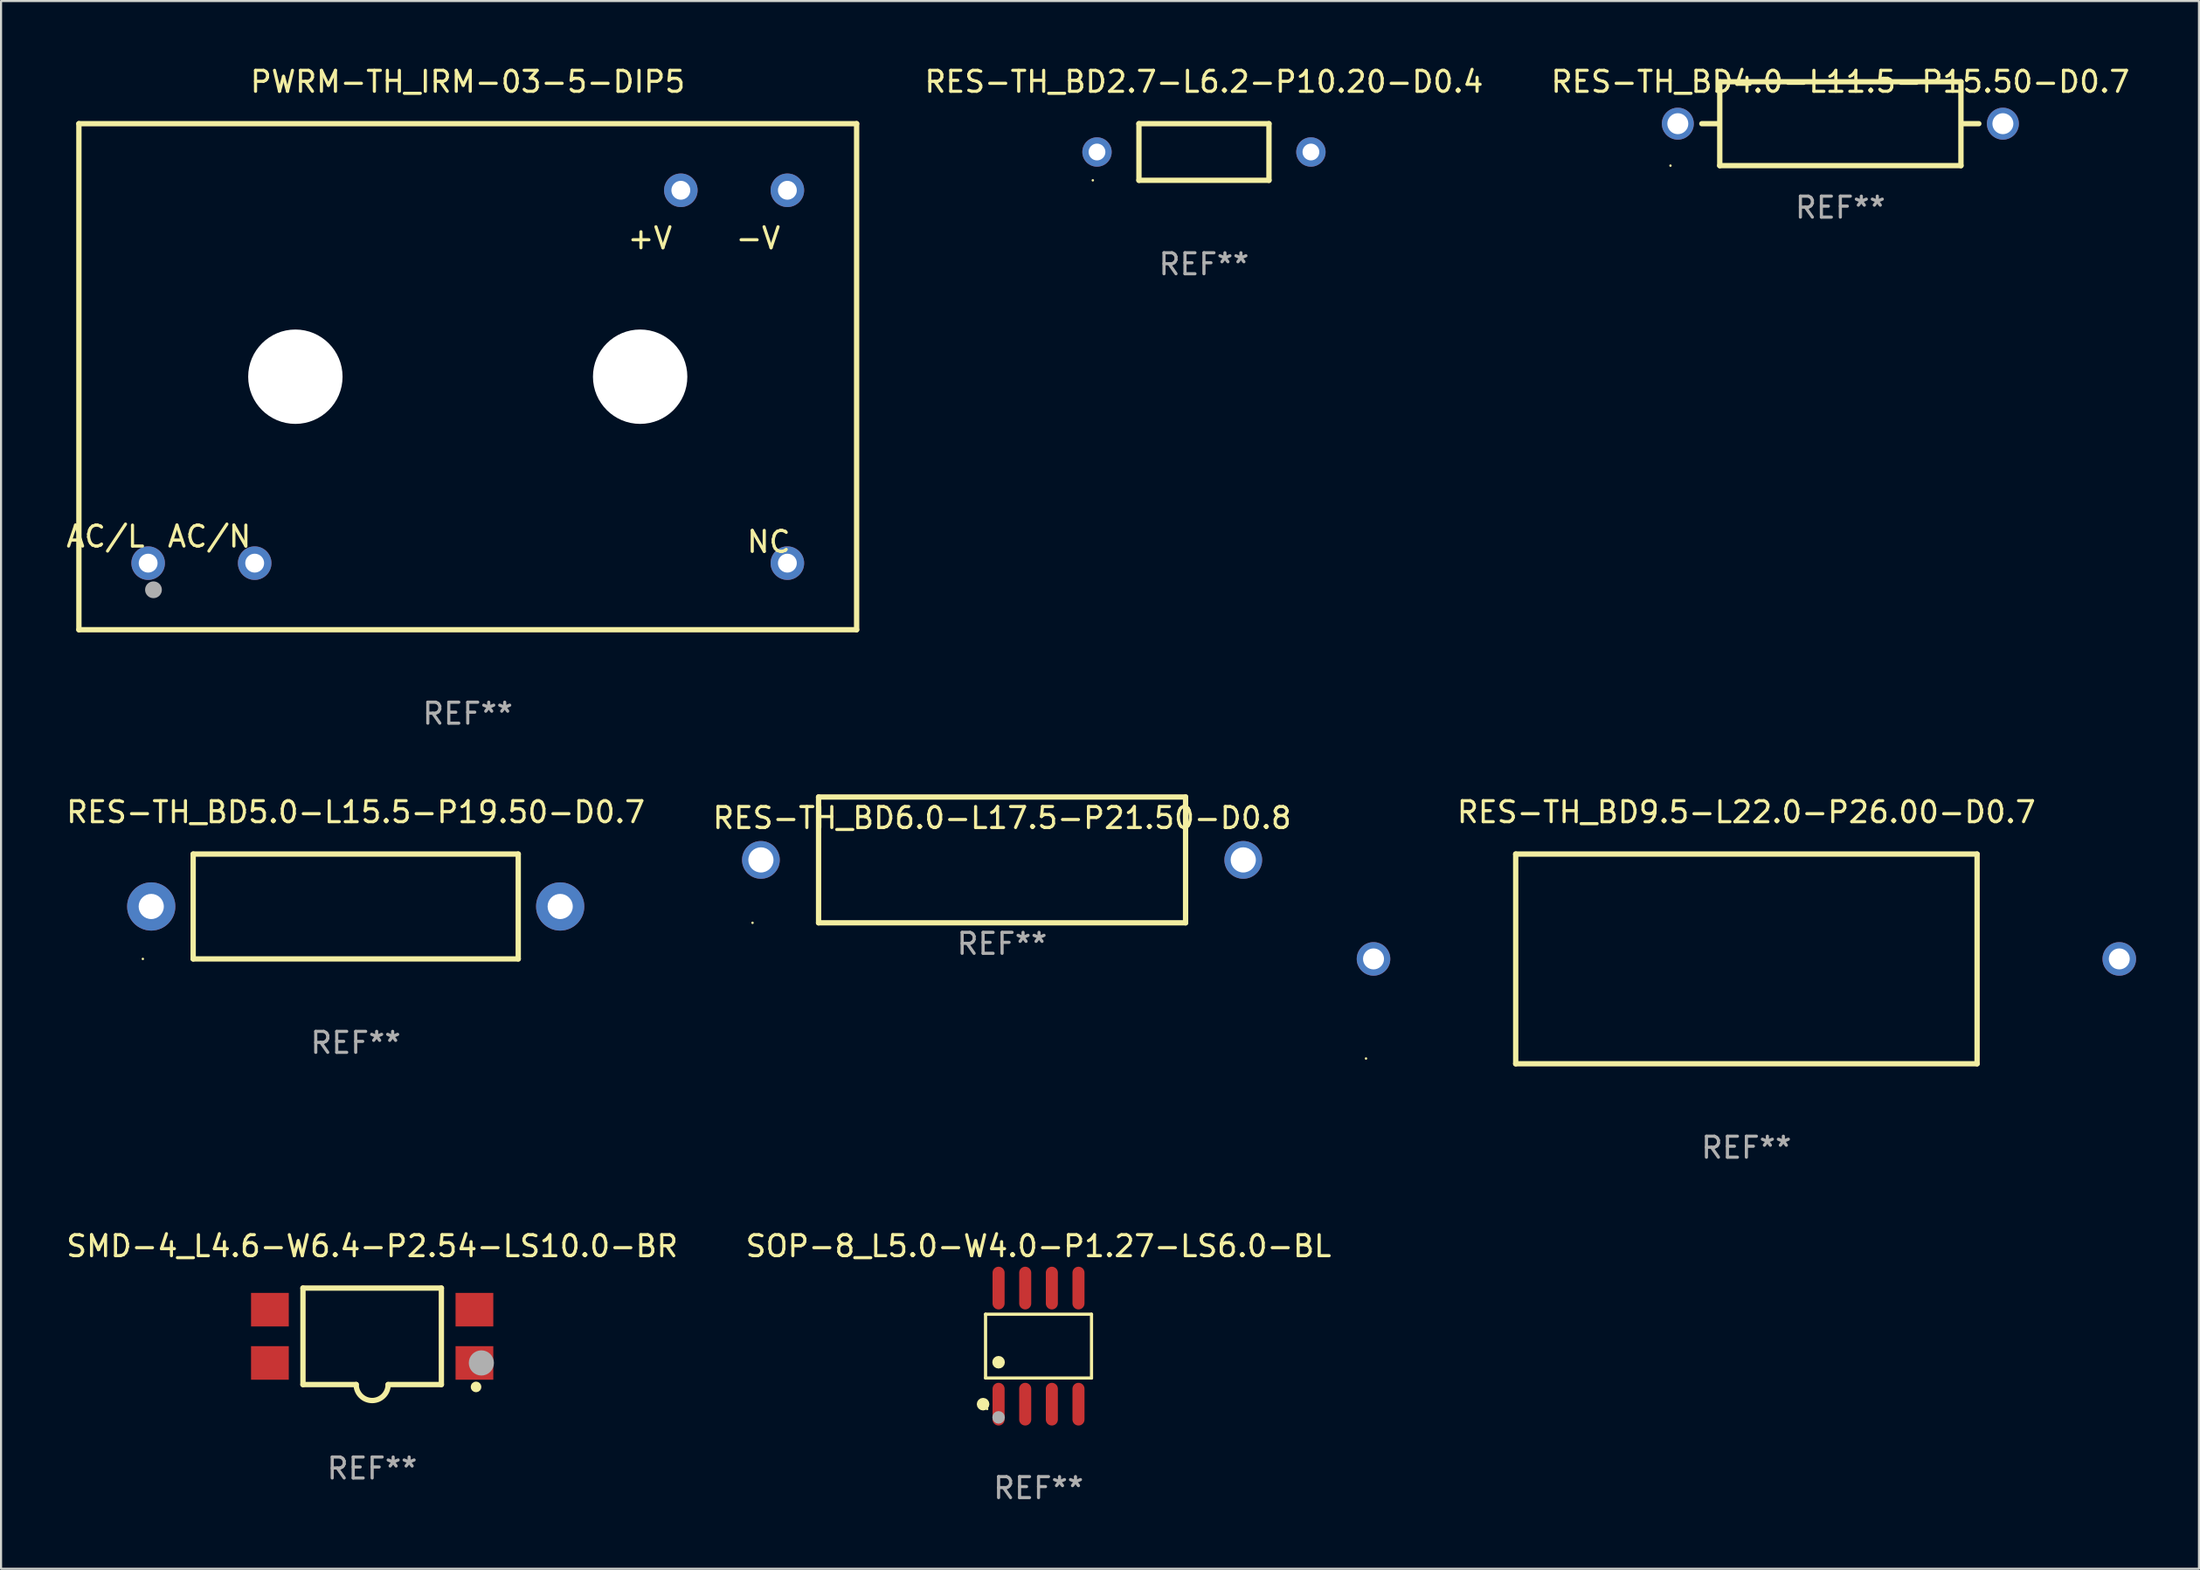
<source format=kicad_pcb>
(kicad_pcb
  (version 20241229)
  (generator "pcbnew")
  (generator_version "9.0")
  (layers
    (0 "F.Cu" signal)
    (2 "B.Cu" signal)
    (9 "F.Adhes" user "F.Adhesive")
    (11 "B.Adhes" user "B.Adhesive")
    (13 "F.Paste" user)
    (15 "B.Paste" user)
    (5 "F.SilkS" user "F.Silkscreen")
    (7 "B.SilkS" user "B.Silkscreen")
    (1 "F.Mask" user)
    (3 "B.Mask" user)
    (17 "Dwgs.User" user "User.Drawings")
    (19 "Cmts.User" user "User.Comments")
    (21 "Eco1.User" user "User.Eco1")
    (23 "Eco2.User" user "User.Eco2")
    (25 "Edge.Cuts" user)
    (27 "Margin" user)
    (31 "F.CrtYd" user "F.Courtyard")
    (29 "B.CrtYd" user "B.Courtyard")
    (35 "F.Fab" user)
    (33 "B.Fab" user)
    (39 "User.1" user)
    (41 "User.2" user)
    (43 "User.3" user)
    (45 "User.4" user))
  (footprint "RES-TH_BD5.0-L15.5-P19.50-D0.7"
    (layer "F.Cu")
    (at 13.911 40.175)
    (property "Reference" "RES-TH_BD5.0-L15.5-P19.50-D0.7" (at 0 -4.5 0) (layer "F.SilkS") (effects (font (size 1 1) (thickness 0.15))))
    (attr through_hole)
    (fp_line (start -7.75 2.5) (end 7.75 2.5) (stroke (width 0.254) (type solid)) (layer "F.SilkS"))
    (fp_line (start -7.75 -2.5) (end -7.75 2.5) (stroke (width 0.254) (type solid)) (layer "F.SilkS"))
    (fp_line (start -7.75 -2.5) (end 7.75 -2.5) (stroke (width 0.254) (type solid)) (layer "F.SilkS"))
    (fp_line (start 7.75 -2.5) (end 7.75 2.5) (stroke (width 0.254) (type solid)) (layer "F.SilkS"))
    (fp_circle (center -10.15 2.5) (end -10.12 2.5) (stroke (width 0.06) (type solid)) (fill no) (layer "F.SilkS"))
    (fp_text user "REF**" (at 0 6.5 0) (layer "F.Fab") (effects (font (size 1 1) (thickness 0.15))))
    (pad "1" thru_hole circle (at -9.75 0) (size 2.3 2.3) (drill 1.2) (layers "*.Cu" "*.Mask"))
    (pad "2" thru_hole circle (at 9.75 0) (size 2.3 2.3) (drill 1.2) (layers "*.Cu" "*.Mask")))
  (footprint "SOP-8_L5.0-W4.0-P1.27-LS6.0-BL"
    (layer "F.Cu")
    (at 46.47 61.139)
    (property "Reference" "SOP-8_L5.0-W4.0-P1.27-LS6.0-BL" (at 0 -4.768 0) (layer "F.SilkS") (effects (font (size 1 1) (thickness 0.15))))
    (attr smd)
    (fp_line (start -2.526 -1.521) (end 2.526 -1.521) (stroke (width 0.152) (type solid)) (layer "F.SilkS"))
    (fp_line (start -2.526 1.521) (end -2.526 -1.521) (stroke (width 0.152) (type solid)) (layer "F.SilkS"))
    (fp_line (start 2.526 -1.521) (end 2.526 1.521) (stroke (width 0.152) (type solid)) (layer "F.SilkS"))
    (fp_line (start 2.526 1.521) (end -2.526 1.521) (stroke (width 0.152) (type solid)) (layer "F.SilkS"))
    (fp_circle (center -2.644 2.768) (end -2.494 2.768) (stroke (width 0.3) (type solid)) (fill no) (layer "F.SilkS"))
    (fp_circle (center -2.45 2.997) (end -2.42 2.997) (stroke (width 0.06) (type solid)) (fill no) (layer "F.SilkS"))
    (fp_circle (center -1.905 0.769) (end -1.755 0.769) (stroke (width 0.3) (type solid)) (fill no) (layer "F.SilkS"))
    (fp_circle (center -1.905 3.398) (end -1.755 3.398) (stroke (width 0.3) (type solid)) (fill no) (layer "F.Fab"))
    (fp_text user "REF**" (at 0 6.768 0) (layer "F.Fab") (effects (font (size 1 1) (thickness 0.15))))
    (pad "1" smd oval (at -1.905 2.768) (size 0.574 2.036) (layers "F.Cu" "F.Mask" "F.Paste"))
    (pad "2" smd oval (at -0.635 2.768) (size 0.574 2.036) (layers "F.Cu" "F.Mask" "F.Paste"))
    (pad "3" smd oval (at 0.635 2.768) (size 0.574 2.036) (layers "F.Cu" "F.Mask" "F.Paste"))
    (pad "4" smd oval (at 1.905 2.768) (size 0.574 2.036) (layers "F.Cu" "F.Mask" "F.Paste"))
    (pad "5" smd oval (at 1.905 -2.768) (size 0.574 2.036) (layers "F.Cu" "F.Mask" "F.Paste"))
    (pad "6" smd oval (at 0.635 -2.768) (size 0.574 2.036) (layers "F.Cu" "F.Mask" "F.Paste"))
    (pad "7" smd oval (at -0.635 -2.768) (size 0.574 2.036) (layers "F.Cu" "F.Mask" "F.Paste"))
    (pad "8" smd oval (at -1.905 -2.768) (size 0.574 2.036) (layers "F.Cu" "F.Mask" "F.Paste")))
  (footprint "RES-TH_BD9.5-L22.0-P26.00-D0.7"
    (layer "F.Cu")
    (at 80.223 42.675)
    (property "Reference" "RES-TH_BD9.5-L22.0-P26.00-D0.7" (at 0 -7 0) (layer "F.SilkS") (effects (font (size 1 1) (thickness 0.15))))
    (attr through_hole)
    (fp_line (start -11 -5) (end 11 -5) (stroke (width 0.254) (type solid)) (layer "F.SilkS"))
    (fp_line (start -11 5) (end -11 -5) (stroke (width 0.254) (type solid)) (layer "F.SilkS"))
    (fp_line (start 11 -5) (end 11 5) (stroke (width 0.254) (type solid)) (layer "F.SilkS"))
    (fp_line (start 11 5) (end -11 5) (stroke (width 0.254) (type solid)) (layer "F.SilkS"))
    (fp_circle (center -18.138 4.75) (end -18.108 4.75) (stroke (width 0.06) (type solid)) (fill no) (layer "F.SilkS"))
    (fp_text user "REF**" (at 0 9 0) (layer "F.Fab") (effects (font (size 1 1) (thickness 0.15))))
    (pad "1" thru_hole circle (at -17.78 0) (size 1.6 1.6) (drill 1) (layers "*.Cu" "*.Mask"))
    (pad "2" thru_hole circle (at 17.78 0) (size 1.6 1.6) (drill 1) (layers "*.Cu" "*.Mask")))
  (footprint "SMD-4_L4.6-W6.4-P2.54-LS10.0-BR"
    (layer "F.Cu")
    (at 14.696 60.671)
    (property "Reference" "SMD-4_L4.6-W6.4-P2.54-LS10.0-BR" (at -0.000025 -4.3 0) (layer "F.SilkS") (effects (font (size 1 1) (thickness 0.15))))
    (attr smd)
    (fp_line (start -3.3 -2.3) (end 3.3 -2.3) (stroke (width 0.254) (type solid)) (layer "F.SilkS"))
    (fp_line (start -3.3 2.3) (end -3.3 -2.3) (stroke (width 0.254) (type solid)) (layer "F.SilkS"))
    (fp_line (start -3.3 2.3) (end -0.762 2.3) (stroke (width 0.254) (type solid)) (layer "F.SilkS"))
    (fp_line (start 3.3 -2.3) (end 3.3 2.3) (stroke (width 0.254) (type solid)) (layer "F.SilkS"))
    (fp_line (start 3.3 2.3) (end 0.762 2.3) (stroke (width 0.254) (type solid)) (layer "F.SilkS"))
    (fp_arc (start 0.762002 2.301245) (mid -0.00061 3.062637) (end -0.762002 2.300025) (stroke (width 0.254001) (type solid)) (layer "F.SilkS"))
    (fp_circle (center 4.953 2.413) (end 5.08 2.413) (stroke (width 0.254) (type solid)) (fill no) (layer "F.SilkS"))
    (fp_circle (center 5 2.3) (end 5.03 2.3) (stroke (width 0.06) (type solid)) (fill no) (layer "F.SilkS"))
    (fp_arc (start 5.588114 1.270104) (mid 5.461113 1.397105) (end 5.334112 1.270104) (stroke (width 0.254001) (type solid)) (layer "F.Fab"))
    (fp_circle (center 5.207 1.27) (end 5.507 1.27) (stroke (width 0.6) (type solid)) (fill no) (layer "F.Fab"))
    (fp_text user "REF**" (at -0.000025 6.3 0) (layer "F.Fab") (effects (font (size 1 1) (thickness 0.15))))
    (pad "1" smd rect (at 4.876 1.27) (size 1.8 1.6) (layers "F.Cu" "F.Mask" "F.Paste"))
    (pad "2" smd rect (at 4.876 -1.27) (size 1.8 1.6) (layers "F.Cu" "F.Mask" "F.Paste"))
    (pad "3" smd rect (at -4.876 -1.27) (size 1.8 1.6) (layers "F.Cu" "F.Mask" "F.Paste"))
    (pad "4" smd rect (at -4.876 1.27) (size 1.8 1.6) (layers "F.Cu" "F.Mask" "F.Paste")))
  (footprint "RES-TH_BD4.0-L11.5-P15.50-D0.7"
    (layer "F.Cu")
    (at 84.703 2.848)
    (property "Reference" "RES-TH_BD4.0-L11.5-P15.50-D0.7" (at 0 -2 0) (layer "F.SilkS") (effects (font (size 1 1) (thickness 0.15))))
    (attr through_hole)
    (fp_line (start -5.843 0) (end -6.605 0) (stroke (width 0.254) (type solid)) (layer "F.SilkS"))
    (fp_line (start -5.75 -2) (end -5.75 2) (stroke (width 0.254) (type solid)) (layer "F.SilkS"))
    (fp_line (start -5.75 2) (end 5.75 2) (stroke (width 0.254) (type solid)) (layer "F.SilkS"))
    (fp_line (start 5.75 -2) (end -5.75 -2) (stroke (width 0.254) (type solid)) (layer "F.SilkS"))
    (fp_line (start 5.75 2) (end 5.75 -2) (stroke (width 0.254) (type solid)) (layer "F.SilkS"))
    (fp_line (start 5.841 0) (end 6.603 0) (stroke (width 0.254) (type solid)) (layer "F.SilkS"))
    (fp_circle (center -8.1 2) (end -8.07 2) (stroke (width 0.06) (type solid)) (fill no) (layer "F.SilkS"))
    (fp_text user "REF**" (at 0 4 0) (layer "F.Fab") (effects (font (size 1 1) (thickness 0.15))))
    (pad "1" thru_hole circle (at -7.75 0) (size 1.524 1.524) (drill 1) (layers "*.Cu" "*.Mask"))
    (pad "2" thru_hole circle (at 7.75 0) (size 1.524 1.524) (drill 1) (layers "*.Cu" "*.Mask")))
  (footprint "RES-TH_BD2.7-L6.2-P10.20-D0.4"
    (layer "F.Cu")
    (at 54.358 4.198)
    (property "Reference" "RES-TH_BD2.7-L6.2-P10.20-D0.4" (at 0 -3.35 0) (layer "F.SilkS") (effects (font (size 1 1) (thickness 0.15))))
    (attr through_hole)
    (fp_line (start -3.1 -1.35) (end 3.1 -1.35) (stroke (width 0.254) (type solid)) (layer "F.SilkS"))
    (fp_line (start -3.1 1.35) (end 3.1 1.35) (stroke (width 0.254) (type solid)) (layer "F.SilkS"))
    (fp_line (start -3.1 1.35) (end -3.1 -1.35) (stroke (width 0.254) (type solid)) (layer "F.SilkS"))
    (fp_line (start 3.1 1.35) (end 3.1 -1.35) (stroke (width 0.254) (type solid)) (layer "F.SilkS"))
    (fp_circle (center -5.3 1.35) (end -5.27 1.35) (stroke (width 0.06) (type solid)) (fill no) (layer "F.SilkS"))
    (fp_text user "REF**" (at 0 5.35 0) (layer "F.Fab") (effects (font (size 1 1) (thickness 0.15))))
    (pad "1" thru_hole circle (at -5.1 0) (size 1.4 1.4) (drill 0.8) (layers "*.Cu" "*.Mask"))
    (pad "2" thru_hole circle (at 5.1 0) (size 1.4 1.4) (drill 0.8) (layers "*.Cu" "*.Mask")))
  (footprint "RES-TH_BD6.0-L17.5-P21.50-D0.8"
    (layer "F.Cu")
    (at 44.732 37.954)
    (property "Reference" "RES-TH_BD6.0-L17.5-P21.50-D0.8" (at 0 -2 0) (layer "F.SilkS") (effects (font (size 1 1) (thickness 0.15))))
    (attr through_hole)
    (fp_line (start -8.75 -3) (end -8.75 3) (stroke (width 0.254) (type solid)) (layer "F.SilkS"))
    (fp_line (start -8.75 3) (end 8.75 3) (stroke (width 0.254) (type solid)) (layer "F.SilkS"))
    (fp_line (start 8.75 -3) (end -8.75 -3) (stroke (width 0.254) (type solid)) (layer "F.SilkS"))
    (fp_line (start 8.75 3) (end 8.75 -3) (stroke (width 0.254) (type solid)) (layer "F.SilkS"))
    (fp_circle (center -11.9 3) (end -11.87 3) (stroke (width 0.06) (type solid)) (fill no) (layer "F.SilkS"))
    (fp_text user "REF**" (at 0 4 0) (layer "F.Fab") (effects (font (size 1 1) (thickness 0.15))))
    (pad "1" thru_hole circle (at -11.5 0) (size 1.8 1.8) (drill 1.2) (layers "*.Cu" "*.Mask"))
    (pad "2" thru_hole circle (at 11.5 0) (size 1.8 1.8) (drill 1.2) (layers "*.Cu" "*.Mask")))
  (footprint "PWRM-TH_IRM-03-5-DIP5"
    (layer "F.Cu")
    (at 19.254 14.913)
    (property "Reference" "PWRM-TH_IRM-03-5-DIP5" (at 0 -14.065 0) (layer "F.SilkS") (effects (font (size 1 1) (thickness 0.15))))
    (attr through_hole)
    (fp_line (start -18.542 -12.065) (end 18.542 -12.065) (stroke (width 0.254) (type solid)) (layer "F.SilkS"))
    (fp_line (start -18.542 12.065) (end -18.542 -12.065) (stroke (width 0.254) (type solid)) (layer "F.SilkS"))
    (fp_line (start 18.542 -12.065) (end 18.542 12.065) (stroke (width 0.254) (type solid)) (layer "F.SilkS"))
    (fp_line (start 18.542 12.065) (end -18.542 12.065) (stroke (width 0.254) (type solid)) (layer "F.SilkS"))
    (fp_circle (center -18.5 12) (end -18.47 12) (stroke (width 0.06) (type solid)) (fill no) (layer "F.SilkS"))
    (fp_circle (center -14.986 10.16) (end -14.786 10.16) (stroke (width 0.4) (type solid)) (fill no) (layer "F.Fab"))
    (fp_text user "+V" (at 8.686 -6.604 0) (layer "F.SilkS") (effects (font (size 1 1) (thickness 0.15))))
    (fp_text user "-V" (at 13.843 -6.604 0) (layer "F.SilkS") (effects (font (size 1 1) (thickness 0.15))))
    (fp_text user "AC/N" (at -12.319 7.62 0) (layer "F.SilkS") (effects (font (size 1 1) (thickness 0.15))))
    (fp_text user "AC/L" (at -17.272 7.62 0) (layer "F.SilkS") (effects (font (size 1 1) (thickness 0.15))))
    (fp_text user "NC" (at 14.351 7.874 0) (layer "F.SilkS") (effects (font (size 1 1) (thickness 0.15))))
    (fp_text user "REF**" (at 0 16.065 0) (layer "F.Fab") (effects (font (size 1 1) (thickness 0.15))))
    (pad "" np_thru_hole circle (at -8.22 0) (size 4.5 4.5) (drill 4.5) (layers "*.Cu" "*.Mask"))
    (pad "" np_thru_hole circle (at 8.22 0) (size 4.5 4.5) (drill 4.5) (layers "*.Cu" "*.Mask"))
    (pad "1" thru_hole circle (at -15.24 8.89 180) (size 1.6 1.6) (drill 0.9) (layers "*.Cu" "*.Mask"))
    (pad "3" thru_hole circle (at -10.16 8.89 180) (size 1.6 1.6) (drill 0.9) (layers "*.Cu" "*.Mask"))
    (pad "13" thru_hole circle (at 15.24 8.89 180) (size 1.6 1.6) (drill 0.9) (layers "*.Cu" "*.Mask"))
    (pad "14" thru_hole circle (at 15.24 -8.89 180) (size 1.6 1.6) (drill 0.9) (layers "*.Cu" "*.Mask"))
    (pad "16" thru_hole circle (at 10.16 -8.89 180) (size 1.6 1.6) (drill 0.9) (layers "*.Cu" "*.Mask")))
  (gr_rect
    (start -3 -3)
    (end 101.803 71.755)
    (stroke (width 0.1) (type default))
    (fill no)
    (layer "Edge.Cuts")))
</source>
